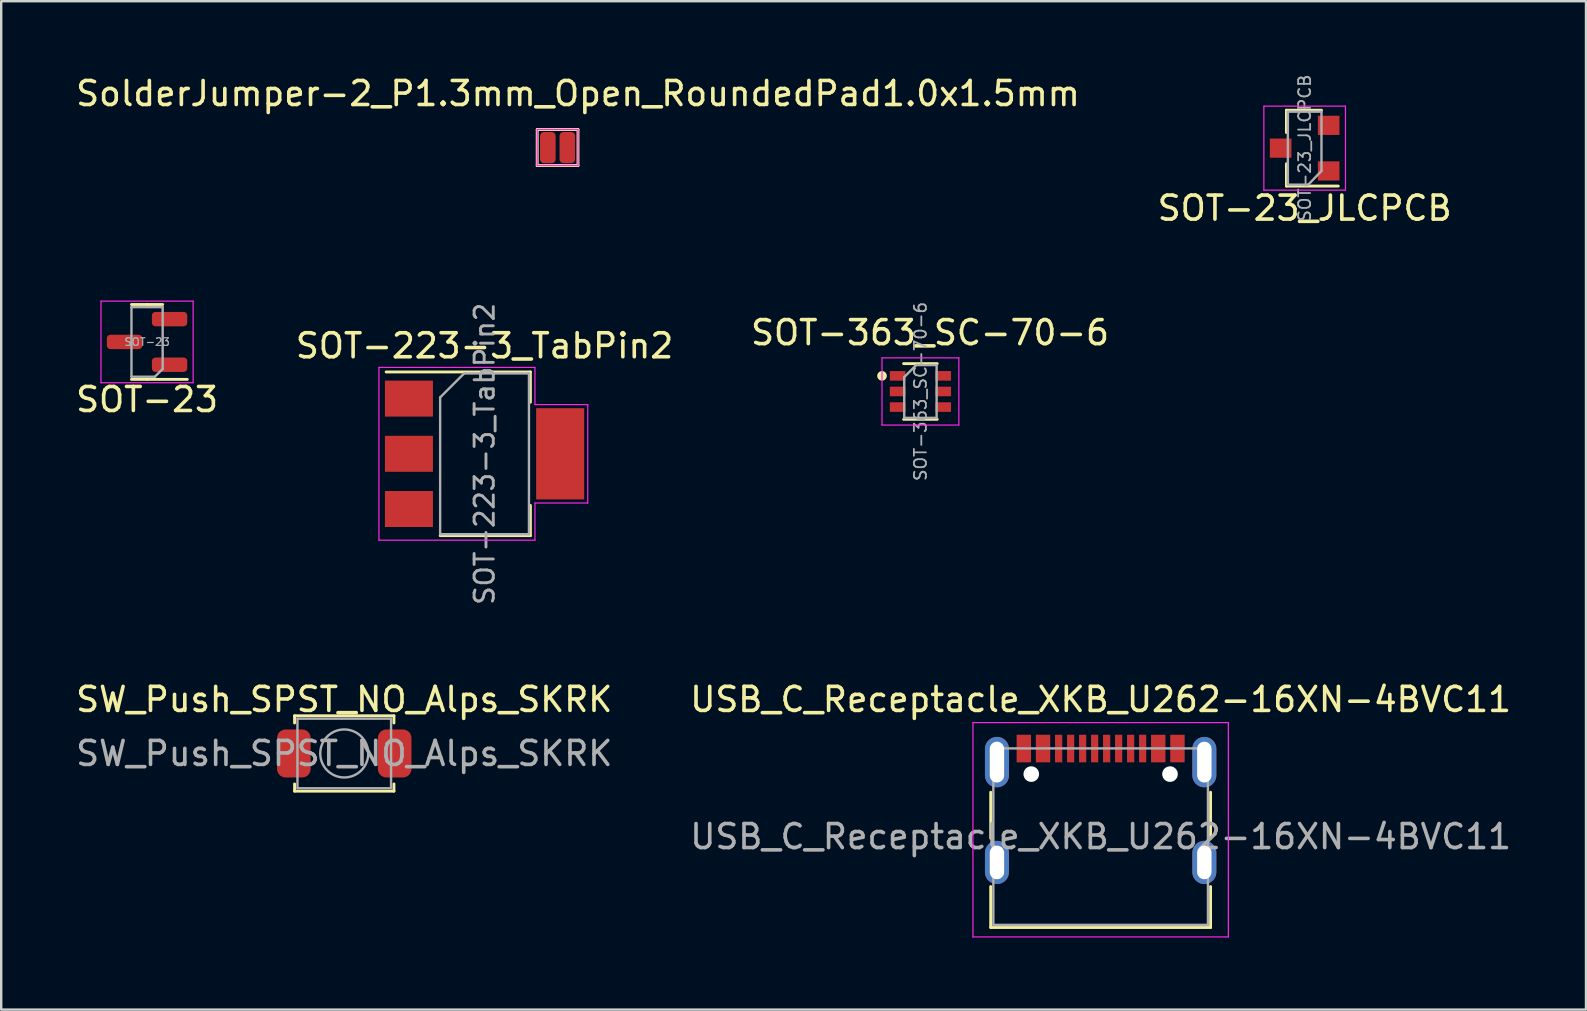
<source format=kicad_pcb>
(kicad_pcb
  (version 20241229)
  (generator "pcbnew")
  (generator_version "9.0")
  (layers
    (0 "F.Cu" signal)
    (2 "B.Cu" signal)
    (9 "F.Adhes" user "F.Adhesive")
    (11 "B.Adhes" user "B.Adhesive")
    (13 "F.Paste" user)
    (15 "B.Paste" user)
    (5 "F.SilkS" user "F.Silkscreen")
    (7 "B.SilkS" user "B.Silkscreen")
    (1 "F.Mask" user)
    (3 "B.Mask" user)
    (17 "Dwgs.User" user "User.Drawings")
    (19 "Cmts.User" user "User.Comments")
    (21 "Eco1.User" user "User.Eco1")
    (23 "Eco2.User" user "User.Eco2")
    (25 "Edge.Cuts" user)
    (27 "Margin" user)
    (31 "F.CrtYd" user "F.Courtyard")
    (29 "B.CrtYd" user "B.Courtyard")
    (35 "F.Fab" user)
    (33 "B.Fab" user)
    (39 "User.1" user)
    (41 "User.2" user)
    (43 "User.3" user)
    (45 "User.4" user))
  (footprint "SolderJumper-2_P1.3mm_Open_RoundedPad1.0x1.5mm"
    (layer "F.Cu")
    (at 20.18 3.098)
    (property "Reference" "SolderJumper-2_P1.3mm_Open_RoundedPad1.0x1.5mm" (at 0.85 -2.25 0) (layer "F.SilkS") (effects (font (size 1 1) (thickness 0.15))))
    (attr exclude_from_pos_files exclude_from_bom)
    (fp_line (start -0.85 -0.75) (end -0.85 0.75) (stroke (width 0.12) (type solid)) (layer "F.SilkS"))
    (fp_line (start -0.85 -0.75) (end 0.85 -0.75) (stroke (width 0.12) (type solid)) (layer "F.SilkS"))
    (fp_line (start 0.85 0.75) (end -0.85 0.75) (stroke (width 0.12) (type solid)) (layer "F.SilkS"))
    (fp_line (start 0.85 0.75) (end 0.85 -0.75) (stroke (width 0.12) (type solid)) (layer "F.SilkS"))
    (fp_line (start -0.85 -0.75) (end -0.85 0.75) (stroke (width 0.05) (type solid)) (layer "F.CrtYd"))
    (fp_line (start -0.85 -0.75) (end 0.85 -0.75) (stroke (width 0.05) (type solid)) (layer "F.CrtYd"))
    (fp_line (start 0.85 0.75) (end -0.85 0.75) (stroke (width 0.05) (type solid)) (layer "F.CrtYd"))
    (fp_line (start 0.85 0.75) (end 0.85 -0.75) (stroke (width 0.05) (type solid)) (layer "F.CrtYd"))
    (pad "1" smd roundrect (at -0.406 0) (size 0.65 1.3) (layers "F.Cu" "F.Mask") (roundrect_rratio 0.25))
    (pad "2" smd roundrect (at 0.406 0) (size 0.65 1.3) (layers "F.Cu" "F.Mask") (roundrect_rratio 0.25)))
  (footprint "SOT-23_JLCPCB"
    (layer "F.Cu")
    (at 51.304 3.122)
    (property "Reference" "SOT-23_JLCPCB" (at 0 2.5 180) (layer "F.SilkS") (effects (font (size 1 1) (thickness 0.15))))
    (attr smd)
    (fp_line (start -0.76 -1.58) (end -0.76 -0.65) (stroke (width 0.12) (type solid)) (layer "F.SilkS"))
    (fp_line (start -0.76 -1.58) (end 0.7 -1.58) (stroke (width 0.12) (type solid)) (layer "F.SilkS"))
    (fp_line (start -0.76 1.58) (end -0.76 0.65) (stroke (width 0.12) (type solid)) (layer "F.SilkS"))
    (fp_line (start -0.76 1.58) (end 1.4 1.58) (stroke (width 0.12) (type solid)) (layer "F.SilkS"))
    (fp_line (start -1.7 -1.75) (end 1.7 -1.75) (stroke (width 0.05) (type solid)) (layer "F.CrtYd"))
    (fp_line (start -1.7 1.75) (end -1.7 -1.75) (stroke (width 0.05) (type solid)) (layer "F.CrtYd"))
    (fp_line (start 1.7 -1.75) (end 1.7 1.75) (stroke (width 0.05) (type solid)) (layer "F.CrtYd"))
    (fp_line (start 1.7 1.75) (end -1.7 1.75) (stroke (width 0.05) (type solid)) (layer "F.CrtYd"))
    (fp_line (start -0.7 1.52) (end -0.7 -1.52) (stroke (width 0.1) (type solid)) (layer "F.Fab"))
    (fp_line (start 0.15 1.52) (end -0.7 1.52) (stroke (width 0.1) (type solid)) (layer "F.Fab"))
    (fp_line (start 0.7 -1.52) (end -0.7 -1.52) (stroke (width 0.1) (type solid)) (layer "F.Fab"))
    (fp_line (start 0.7 0.95) (end 0.15 1.52) (stroke (width 0.1) (type solid)) (layer "F.Fab"))
    (fp_line (start 0.7 0.95) (end 0.7 -1.5) (stroke (width 0.1) (type solid)) (layer "F.Fab"))
    (fp_text user "${REFERENCE}" (at 0 0 270) (layer "F.Fab") (effects (font (size 0.5 0.5) (thickness 0.075))))
    (pad "1" smd rect (at 1 0.95) (size 0.9 0.8) (layers "F.Cu" "F.Mask" "F.Paste"))
    (pad "2" smd rect (at 1 -0.95) (size 0.9 0.8) (layers "F.Cu" "F.Mask" "F.Paste"))
    (pad "3" smd rect (at -1 0) (size 0.9 0.8) (layers "F.Cu" "F.Mask" "F.Paste")))
  (footprint "SOT-223-3_TabPin2"
    (layer "F.Cu")
    (at 17.137 15.856)
    (property "Reference" "SOT-223-3_TabPin2" (at 0 -4.5 0) (layer "F.SilkS") (effects (font (size 1 1) (thickness 0.15))))
    (attr smd)
    (fp_line (start -4.1 -3.41) (end 1.91 -3.41) (stroke (width 0.12) (type solid)) (layer "F.SilkS"))
    (fp_line (start -1.85 3.41) (end 1.91 3.41) (stroke (width 0.12) (type solid)) (layer "F.SilkS"))
    (fp_line (start 1.91 -3.41) (end 1.91 -2.15) (stroke (width 0.12) (type solid)) (layer "F.SilkS"))
    (fp_line (start 1.91 3.41) (end 1.91 2.15) (stroke (width 0.12) (type solid)) (layer "F.SilkS"))
    (fp_line (start -4.4 -3.6) (end -4.4 3.6) (stroke (width 0.05) (type solid)) (layer "F.CrtYd"))
    (fp_line (start -4.4 3.6) (end 2.1 3.6) (stroke (width 0.05) (type solid)) (layer "F.CrtYd"))
    (fp_line (start 2.1 -3.6) (end -4.4 -3.6) (stroke (width 0.05) (type solid)) (layer "F.CrtYd"))
    (fp_line (start 2.1 -2.05) (end 2.1 -3.6) (stroke (width 0.05) (type solid)) (layer "F.CrtYd"))
    (fp_line (start 2.1 -2.05) (end 4.3 -2.05) (stroke (width 0.05) (type solid)) (layer "F.CrtYd"))
    (fp_line (start 2.1 2.05) (end 4.3 2.05) (stroke (width 0.05) (type solid)) (layer "F.CrtYd"))
    (fp_line (start 2.1 3.6) (end 2.1 2.05) (stroke (width 0.05) (type solid)) (layer "F.CrtYd"))
    (fp_line (start 4.3 2.05) (end 4.3 -2.05) (stroke (width 0.05) (type solid)) (layer "F.CrtYd"))
    (fp_line (start -1.85 -2.35) (end -1.85 3.35) (stroke (width 0.1) (type solid)) (layer "F.Fab"))
    (fp_line (start -1.85 -2.35) (end -0.85 -3.35) (stroke (width 0.1) (type solid)) (layer "F.Fab"))
    (fp_line (start -1.85 3.35) (end 1.85 3.35) (stroke (width 0.1) (type solid)) (layer "F.Fab"))
    (fp_line (start -0.85 -3.35) (end 1.85 -3.35) (stroke (width 0.1) (type solid)) (layer "F.Fab"))
    (fp_line (start 1.85 -3.35) (end 1.85 3.35) (stroke (width 0.1) (type solid)) (layer "F.Fab"))
    (fp_text user "${REFERENCE}" (at 0 0 90) (layer "F.Fab") (effects (font (size 0.8 0.8) (thickness 0.12))))
    (pad "1" smd rect (at -3.15 -2.3) (size 2 1.5) (layers "F.Cu" "F.Mask" "F.Paste"))
    (pad "2" smd rect (at -3.15 0) (size 2 1.5) (layers "F.Cu" "F.Mask" "F.Paste"))
    (pad "2" smd rect (at 3.15 0) (size 2 3.8) (layers "F.Cu" "F.Mask" "F.Paste"))
    (pad "3" smd rect (at -3.15 2.3) (size 2 1.5) (layers "F.Cu" "F.Mask" "F.Paste")))
  (footprint "USB_C_Receptacle_XKB_U262-16XN-4BVC11"
    (layer "F.Cu")
    (at 42.804 30.305)
    (property "Reference" "USB_C_Receptacle_XKB_U262-16XN-4BVC11" (at 0 -4.215 0) (layer "F.SilkS") (effects (font (size 1 1) (thickness 0.15))))
    (attr smd)
    (fp_line (start -4.58 -0.35) (end -4.58 1.57) (stroke (width 0.12) (type solid)) (layer "F.SilkS"))
    (fp_line (start -4.58 5.285) (end -4.58 3.58) (stroke (width 0.12) (type solid)) (layer "F.SilkS"))
    (fp_line (start 4.58 1.57) (end 4.58 -0.35) (stroke (width 0.12) (type solid)) (layer "F.SilkS"))
    (fp_line (start 4.58 3.58) (end 4.58 5.285) (stroke (width 0.12) (type solid)) (layer "F.SilkS"))
    (fp_line (start 4.58 5.285) (end -4.58 5.285) (stroke (width 0.12) (type solid)) (layer "F.SilkS"))
    (fp_line (start -5.32 -3.25) (end 5.32 -3.25) (stroke (width 0.05) (type solid)) (layer "F.CrtYd"))
    (fp_line (start -5.32 5.68) (end -5.32 -3.25) (stroke (width 0.05) (type solid)) (layer "F.CrtYd"))
    (fp_line (start 5.32 -3.25) (end 5.32 5.68) (stroke (width 0.05) (type solid)) (layer "F.CrtYd"))
    (fp_line (start 5.32 5.68) (end -5.32 5.68) (stroke (width 0.05) (type solid)) (layer "F.CrtYd"))
    (fp_line (start -4.47 -2.175) (end -4.47 5.175) (stroke (width 0.1) (type solid)) (layer "F.Fab"))
    (fp_line (start -4.47 -2.175) (end 4.47 -2.175) (stroke (width 0.1) (type solid)) (layer "F.Fab"))
    (fp_line (start -4.47 5.175) (end 4.47 5.175) (stroke (width 0.1) (type solid)) (layer "F.Fab"))
    (fp_line (start 4.47 5.175) (end 4.47 -2.175) (stroke (width 0.1) (type solid)) (layer "F.Fab"))
    (fp_text user "${REFERENCE}" (at 0 1.5 0) (layer "F.Fab") (effects (font (size 1 1) (thickness 0.15))))
    (pad "" np_thru_hole circle (at -2.89 -1.105) (size 0.65 0.65) (drill 0.65) (layers "*.Cu" "*.Mask"))
    (pad "" np_thru_hole circle (at 2.89 -1.105) (size 0.65 0.65) (drill 0.65) (layers "*.Cu" "*.Mask"))
    (pad "A5" smd rect (at -1.25 -2.17) (size 0.3 1.15) (layers "F.Cu" "F.Mask" "F.Paste"))
    (pad "A6" smd rect (at -0.25 -2.17) (size 0.3 1.15) (layers "F.Cu" "F.Mask" "F.Paste"))
    (pad "A7" smd rect (at 0.25 -2.17) (size 0.3 1.15) (layers "F.Cu" "F.Mask" "F.Paste"))
    (pad "A8" smd rect (at 1.25 -2.17) (size 0.3 1.15) (layers "F.Cu" "F.Mask" "F.Paste"))
    (pad "B5" smd rect (at 1.75 -2.17) (size 0.3 1.15) (layers "F.Cu" "F.Mask" "F.Paste"))
    (pad "B6" smd rect (at 0.75 -2.17) (size 0.3 1.15) (layers "F.Cu" "F.Mask" "F.Paste"))
    (pad "B7" smd rect (at -0.75 -2.17) (size 0.3 1.15) (layers "F.Cu" "F.Mask" "F.Paste"))
    (pad "B8" smd rect (at -1.75 -2.17) (size 0.3 1.15) (layers "F.Cu" "F.Mask" "F.Paste"))
    (pad "G" smd rect (at -3.2 -2.17) (size 0.6 1.15) (layers "F.Cu" "F.Mask" "F.Paste"))
    (pad "G" smd rect (at 3.2 -2.17) (size 0.6 1.15) (layers "F.Cu" "F.Mask" "F.Paste"))
    (pad "SHLD" thru_hole oval (at -4.32 -1.605) (size 1 2.1) (drill oval 0.6 1.7) (layers "*.Cu" "*.Mask"))
    (pad "SHLD" thru_hole oval (at -4.32 2.575) (size 1 1.8) (drill oval 0.6 1.4) (layers "*.Cu" "*.Mask"))
    (pad "SHLD" thru_hole oval (at 4.32 -1.605) (size 1 2.1) (drill oval 0.6 1.7) (layers "*.Cu" "*.Mask"))
    (pad "SHLD" thru_hole oval (at 4.32 2.575) (size 1 1.8) (drill oval 0.6 1.4) (layers "*.Cu" "*.Mask"))
    (pad "VB" smd rect (at -2.4 -2.17) (size 0.6 1.15) (layers "F.Cu" "F.Mask" "F.Paste"))
    (pad "VB" smd rect (at 2.4 -2.17) (size 0.6 1.15) (layers "F.Cu" "F.Mask" "F.Paste")))
  (footprint "SW_Push_SPST_NO_Alps_SKRK"
    (layer "F.Cu")
    (at 11.292 28.34)
    (property "Reference" "SW_Push_SPST_NO_Alps_SKRK" (at 0 -2.25 0) (layer "F.SilkS") (effects (font (size 1 1) (thickness 0.15))))
    (attr smd)
    (fp_line (start -2.07 -1.57) (end 2.07 -1.57) (stroke (width 0.12) (type solid)) (layer "F.SilkS"))
    (fp_line (start -2.07 -1.27) (end -2.07 -1.57) (stroke (width 0.12) (type solid)) (layer "F.SilkS"))
    (fp_line (start -2.07 1.57) (end -2.07 1.27) (stroke (width 0.12) (type solid)) (layer "F.SilkS"))
    (fp_line (start 2.07 -1.57) (end 2.07 -1.27) (stroke (width 0.12) (type solid)) (layer "F.SilkS"))
    (fp_line (start 2.07 1.27) (end 2.07 1.57) (stroke (width 0.12) (type solid)) (layer "F.SilkS"))
    (fp_line (start 2.07 1.57) (end -2.07 1.57) (stroke (width 0.12) (type solid)) (layer "F.SilkS"))
    (fp_line (start -1.95 -1.45) (end 1.95 -1.45) (stroke (width 0.1) (type solid)) (layer "F.Fab"))
    (fp_line (start -1.95 1.45) (end -1.95 -1.45) (stroke (width 0.1) (type solid)) (layer "F.Fab"))
    (fp_line (start 1.95 -1.45) (end 1.95 1.45) (stroke (width 0.1) (type solid)) (layer "F.Fab"))
    (fp_line (start 1.95 1.45) (end -1.95 1.45) (stroke (width 0.1) (type solid)) (layer "F.Fab"))
    (fp_circle (center 0 0) (end 1 0) (stroke (width 0.1) (type solid)) (fill no) (layer "F.Fab"))
    (fp_text user "${REFERENCE}" (at 0 0 0) (layer "F.Fab") (effects (font (size 1 1) (thickness 0.15))))
    (pad "1" smd roundrect (at -2.1 0) (size 1.4 2) (layers "F.Cu" "F.Mask" "F.Paste") (roundrect_rratio 0.25))
    (pad "2" smd roundrect (at 2.1 0) (size 1.4 2) (layers "F.Cu" "F.Mask" "F.Paste") (roundrect_rratio 0.25)))
  (footprint "SOT-23"
    (layer "F.Cu")
    (at 3.077 11.195)
    (property "Reference" "SOT-23" (at 0 2.4 180) (layer "F.SilkS") (effects (font (size 1 1) (thickness 0.15))))
    (attr smd)
    (fp_line (start 0 -1.56) (end -0.65 -1.56) (stroke (width 0.12) (type solid)) (layer "F.SilkS"))
    (fp_line (start 0 -1.56) (end 0.65 -1.56) (stroke (width 0.12) (type solid)) (layer "F.SilkS"))
    (fp_line (start 0 1.56) (end -0.65 1.56) (stroke (width 0.12) (type solid)) (layer "F.SilkS"))
    (fp_line (start 0 1.56) (end 1.675 1.56) (stroke (width 0.12) (type solid)) (layer "F.SilkS"))
    (fp_line (start -1.92 -1.7) (end -1.92 1.7) (stroke (width 0.05) (type solid)) (layer "F.CrtYd"))
    (fp_line (start -1.92 1.7) (end 1.92 1.7) (stroke (width 0.05) (type solid)) (layer "F.CrtYd"))
    (fp_line (start 1.92 -1.7) (end -1.92 -1.7) (stroke (width 0.05) (type solid)) (layer "F.CrtYd"))
    (fp_line (start 1.92 1.7) (end 1.92 -1.7) (stroke (width 0.05) (type solid)) (layer "F.CrtYd"))
    (fp_line (start -0.65 -1.45) (end 0.65 -1.45) (stroke (width 0.1) (type solid)) (layer "F.Fab"))
    (fp_line (start -0.65 1.45) (end -0.65 -1.45) (stroke (width 0.1) (type solid)) (layer "F.Fab"))
    (fp_line (start 0.325 1.45) (end -0.65 1.45) (stroke (width 0.1) (type solid)) (layer "F.Fab"))
    (fp_line (start 0.65 -1.45) (end 0.65 1.125) (stroke (width 0.1) (type solid)) (layer "F.Fab"))
    (fp_line (start 0.65 1.125) (end 0.325 1.45) (stroke (width 0.1) (type solid)) (layer "F.Fab"))
    (fp_text user "${REFERENCE}" (at 0 0 180) (layer "F.Fab") (effects (font (size 0.32 0.32) (thickness 0.05))))
    (pad "1" smd roundrect (at 0.938 0.95) (size 1.475 0.6) (layers "F.Cu" "F.Mask" "F.Paste") (roundrect_rratio 0.25))
    (pad "2" smd roundrect (at 0.938 -0.95) (size 1.475 0.6) (layers "F.Cu" "F.Mask" "F.Paste") (roundrect_rratio 0.25))
    (pad "3" smd roundrect (at -0.938 0) (size 1.475 0.6) (layers "F.Cu" "F.Mask" "F.Paste") (roundrect_rratio 0.25)))
  (footprint "SOT-363_SC-70-6"
    (layer "F.Cu")
    (at 35.296 13.259)
    (property "Reference" "SOT-363_SC-70-6" (at 0.4 -2.45 0) (layer "F.SilkS") (effects (font (size 1 1) (thickness 0.15))))
    (attr smd)
    (fp_line (start -0.7 1.16) (end 0.7 1.16) (stroke (width 0.12) (type solid)) (layer "F.SilkS"))
    (fp_line (start 0.7 -1.16) (end -0.7 -1.16) (stroke (width 0.12) (type solid)) (layer "F.SilkS"))
    (fp_circle (center -1.6 -0.65) (end -1.4 -0.65) (stroke (width 0) (type solid)) (fill yes) (layer "F.SilkS"))
    (fp_line (start -1.6 -1.4) (end -1.6 1.4) (stroke (width 0.05) (type solid)) (layer "F.CrtYd"))
    (fp_line (start -1.6 -1.4) (end 1.6 -1.4) (stroke (width 0.05) (type solid)) (layer "F.CrtYd"))
    (fp_line (start -1.6 1.4) (end 1.6 1.4) (stroke (width 0.05) (type solid)) (layer "F.CrtYd"))
    (fp_line (start 1.6 1.4) (end 1.6 -1.4) (stroke (width 0.05) (type solid)) (layer "F.CrtYd"))
    (fp_line (start -0.675 -0.6) (end -0.675 1.1) (stroke (width 0.1) (type solid)) (layer "F.Fab"))
    (fp_line (start -0.175 -1.1) (end -0.675 -0.6) (stroke (width 0.1) (type solid)) (layer "F.Fab"))
    (fp_line (start 0.675 -1.1) (end -0.175 -1.1) (stroke (width 0.1) (type solid)) (layer "F.Fab"))
    (fp_line (start 0.675 -1.1) (end 0.675 1.1) (stroke (width 0.1) (type solid)) (layer "F.Fab"))
    (fp_line (start 0.675 1.1) (end -0.675 1.1) (stroke (width 0.1) (type solid)) (layer "F.Fab"))
    (fp_text user "${REFERENCE}" (at 0 0 90) (layer "F.Fab") (effects (font (size 0.5 0.5) (thickness 0.075))))
    (pad "1" smd rect (at -0.95 -0.65) (size 0.65 0.4) (layers "F.Cu" "F.Mask" "F.Paste"))
    (pad "2" smd rect (at -0.95 0) (size 0.65 0.4) (layers "F.Cu" "F.Mask" "F.Paste"))
    (pad "3" smd rect (at -0.95 0.65) (size 0.65 0.4) (layers "F.Cu" "F.Mask" "F.Paste"))
    (pad "4" smd rect (at 0.95 0.65) (size 0.65 0.4) (layers "F.Cu" "F.Mask" "F.Paste"))
    (pad "5" smd rect (at 0.95 0) (size 0.65 0.4) (layers "F.Cu" "F.Mask" "F.Paste"))
    (pad "6" smd rect (at 0.95 -0.65) (size 0.65 0.4) (layers "F.Cu" "F.Mask" "F.Paste")))
  (gr_rect
    (start -3 -3)
    (end 63.024 39.01)
    (stroke (width 0.1) (type default))
    (fill no)
    (layer "Edge.Cuts")))
</source>
